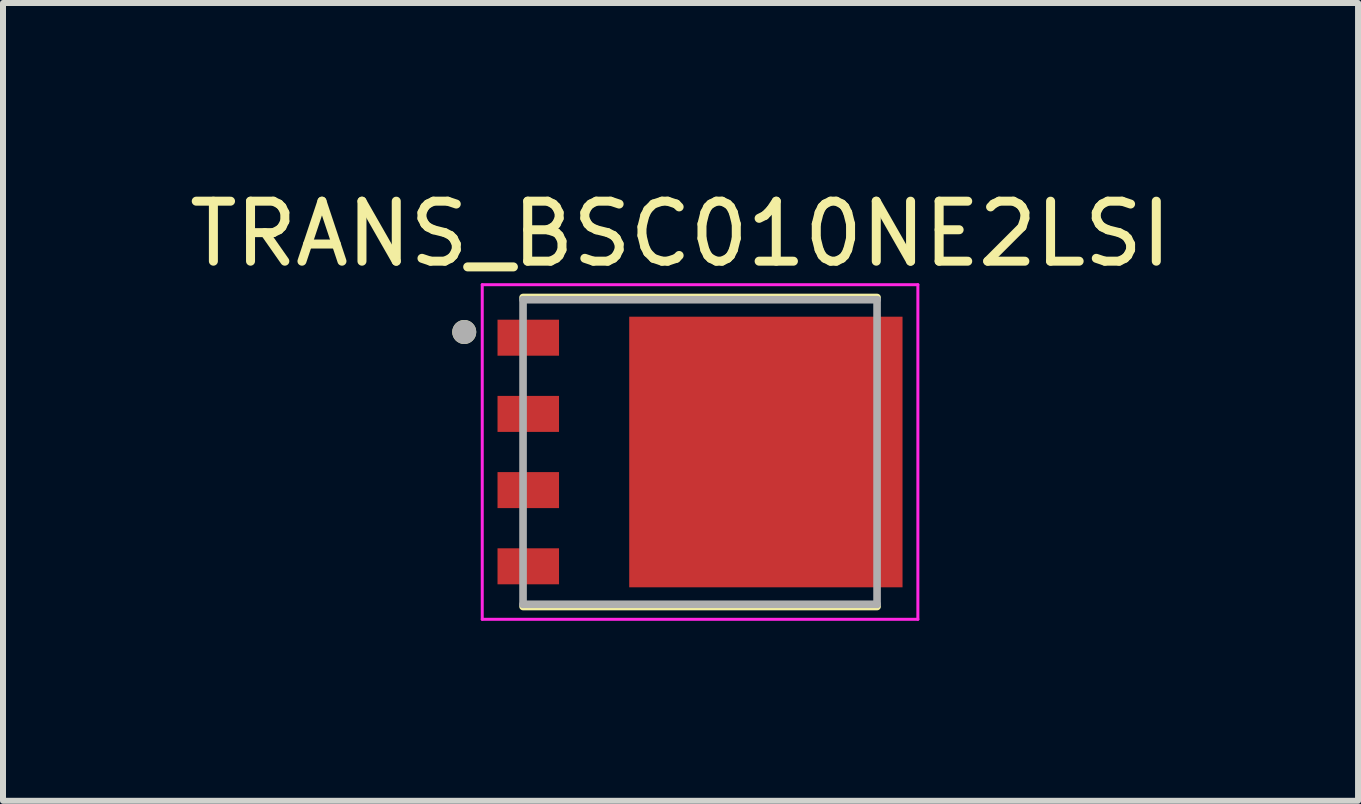
<source format=kicad_pcb>
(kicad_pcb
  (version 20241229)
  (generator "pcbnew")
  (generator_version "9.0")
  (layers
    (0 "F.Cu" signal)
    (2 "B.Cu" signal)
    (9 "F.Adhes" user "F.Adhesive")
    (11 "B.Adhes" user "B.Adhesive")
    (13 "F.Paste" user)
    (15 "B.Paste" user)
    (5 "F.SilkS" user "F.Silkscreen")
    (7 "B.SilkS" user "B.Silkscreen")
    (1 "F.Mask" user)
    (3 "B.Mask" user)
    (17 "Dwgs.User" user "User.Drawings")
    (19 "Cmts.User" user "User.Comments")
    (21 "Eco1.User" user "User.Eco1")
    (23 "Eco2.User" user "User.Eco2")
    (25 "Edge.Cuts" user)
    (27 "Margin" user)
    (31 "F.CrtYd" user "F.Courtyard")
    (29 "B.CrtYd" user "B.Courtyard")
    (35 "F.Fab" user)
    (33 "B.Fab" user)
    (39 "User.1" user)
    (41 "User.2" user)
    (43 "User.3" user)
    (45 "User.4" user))
  (footprint "TRANS_BSC010NE2LSI"
    (layer "F.Cu")
    (at 8.617 4.483)
    (property "Reference" "TRANS_BSC010NE2LSI" (at -0.325 -3.635 0) (layer "F.SilkS") (effects (font (size 1 1) (thickness 0.15))))
    (attr smd)
    (fp_poly (pts (xy -3.325 -2.155) (xy -2.401 -2.155) (xy -2.401 -1.655) (xy -3.325 -1.655)) (stroke (width 0.01) (type solid)) (fill yes) (layer "F.Mask"))
    (fp_poly (pts (xy -3.325 -0.885) (xy -2.401 -0.885) (xy -2.401 -0.385) (xy -3.325 -0.385)) (stroke (width 0.01) (type solid)) (fill yes) (layer "F.Mask"))
    (fp_poly (pts (xy -3.325 0.385) (xy -2.401 0.385) (xy -2.401 0.885) (xy -3.325 0.885)) (stroke (width 0.01) (type solid)) (fill yes) (layer "F.Mask"))
    (fp_poly (pts (xy -3.325 1.655) (xy -2.401 1.655) (xy -2.401 2.155) (xy -3.325 2.155)) (stroke (width 0.01) (type solid)) (fill yes) (layer "F.Mask"))
    (fp_poly (pts (xy -1.13 -2.205) (xy 3.325 -2.205) (xy 3.325 -1.605) (xy 2.525 -1.605) (xy 2.525 -0.935) (xy 3.325 -0.935) (xy 3.325 -0.335) (xy 2.525 -0.335) (xy 2.525 0.335) (xy 3.325 0.335) (xy 3.325 0.935) (xy 2.525 0.935) (xy 2.525 1.605) (xy 3.325 1.605) (xy 3.325 2.205) (xy -1.13 2.205)) (stroke (width 0.01) (type solid)) (fill yes) (layer "F.Mask"))
    (fp_line (start -2.95 -2.575) (end 2.95 -2.575) (stroke (width 0.127) (type solid)) (layer "F.SilkS"))
    (fp_line (start -2.95 2.575) (end 2.95 2.575) (stroke (width 0.127) (type solid)) (layer "F.SilkS"))
    (fp_circle (center -3.93 -2) (end -3.83 -2) (stroke (width 0.2) (type solid)) (fill no) (layer "F.SilkS"))
    (fp_poly (pts (xy -3.276 -2.105) (xy -2.45 -2.105) (xy -2.45 -1.705) (xy -3.276 -1.705)) (stroke (width 0.01) (type solid)) (fill yes) (layer "F.Paste"))
    (fp_poly (pts (xy -3.276 -0.835) (xy -2.45 -0.835) (xy -2.45 -0.435) (xy -3.276 -0.435)) (stroke (width 0.01) (type solid)) (fill yes) (layer "F.Paste"))
    (fp_poly (pts (xy -3.276 0.435) (xy -2.45 0.435) (xy -2.45 0.835) (xy -3.276 0.835)) (stroke (width 0.01) (type solid)) (fill yes) (layer "F.Paste"))
    (fp_poly (pts (xy -3.276 1.705) (xy -2.45 1.705) (xy -2.45 2.105) (xy -3.276 2.105)) (stroke (width 0.01) (type solid)) (fill yes) (layer "F.Paste"))
    (fp_poly (pts (xy -0.875 -1.6) (xy 0.625 -1.6) (xy 0.625 -0.1) (xy -0.875 -0.1)) (stroke (width 0.01) (type solid)) (fill yes) (layer "F.Paste"))
    (fp_poly (pts (xy -0.875 0.1) (xy 0.625 0.1) (xy 0.625 1.6) (xy -0.875 1.6)) (stroke (width 0.01) (type solid)) (fill yes) (layer "F.Paste"))
    (fp_poly (pts (xy 0.825 -1.6) (xy 2.325 -1.6) (xy 2.325 -0.1) (xy 0.825 -0.1)) (stroke (width 0.01) (type solid)) (fill yes) (layer "F.Paste"))
    (fp_poly (pts (xy 0.825 0.1) (xy 2.325 0.1) (xy 2.325 1.6) (xy 0.825 1.6)) (stroke (width 0.01) (type solid)) (fill yes) (layer "F.Paste"))
    (fp_poly (pts (xy 2.525 -2.155) (xy 3.275 -2.155) (xy 3.275 -1.655) (xy 2.525 -1.655)) (stroke (width 0.01) (type solid)) (fill yes) (layer "F.Paste"))
    (fp_poly (pts (xy 2.525 -0.885) (xy 3.275 -0.885) (xy 3.275 -0.385) (xy 2.525 -0.385)) (stroke (width 0.01) (type solid)) (fill yes) (layer "F.Paste"))
    (fp_poly (pts (xy 2.525 0.385) (xy 3.275 0.385) (xy 3.275 0.885) (xy 2.525 0.885)) (stroke (width 0.01) (type solid)) (fill yes) (layer "F.Paste"))
    (fp_poly (pts (xy 2.525 1.655) (xy 3.275 1.655) (xy 3.275 2.155) (xy 2.525 2.155)) (stroke (width 0.01) (type solid)) (fill yes) (layer "F.Paste"))
    (fp_line (start -3.63 -2.788) (end 3.63 -2.788) (stroke (width 0.05) (type solid)) (layer "F.CrtYd"))
    (fp_line (start -3.63 2.788) (end -3.63 -2.788) (stroke (width 0.05) (type solid)) (layer "F.CrtYd"))
    (fp_line (start 3.63 -2.788) (end 3.63 2.788) (stroke (width 0.05) (type solid)) (layer "F.CrtYd"))
    (fp_line (start 3.63 2.788) (end -3.63 2.788) (stroke (width 0.05) (type solid)) (layer "F.CrtYd"))
    (fp_line (start -2.95 -2.538) (end 2.95 -2.538) (stroke (width 0.127) (type solid)) (layer "F.Fab"))
    (fp_line (start -2.95 2.538) (end -2.95 -2.538) (stroke (width 0.127) (type solid)) (layer "F.Fab"))
    (fp_line (start 2.95 -2.538) (end 2.95 2.538) (stroke (width 0.127) (type solid)) (layer "F.Fab"))
    (fp_line (start 2.95 2.538) (end -2.95 2.538) (stroke (width 0.127) (type solid)) (layer "F.Fab"))
    (fp_circle (center -3.93 -2) (end -3.83 -2) (stroke (width 0.2) (type solid)) (fill no) (layer "F.Fab"))
    (pad "1" smd rect (at -2.863 -1.905) (size 1.025 0.6) (layers "F.Cu"))
    (pad "2" smd rect (at -2.863 -0.635) (size 1.025 0.6) (layers "F.Cu"))
    (pad "3" smd rect (at -2.863 0.635) (size 1.025 0.6) (layers "F.Cu"))
    (pad "4" smd rect (at -2.863 1.905) (size 1.025 0.6) (layers "F.Cu"))
    (pad "5_8" smd rect (at 1.097 0) (size 4.555 4.51) (layers "F.Cu")))
  (gr_rect
    (start -3 -3)
    (end 19.583 10.296)
    (stroke (width 0.1) (type default))
    (fill no)
    (layer "Edge.Cuts")))
</source>
